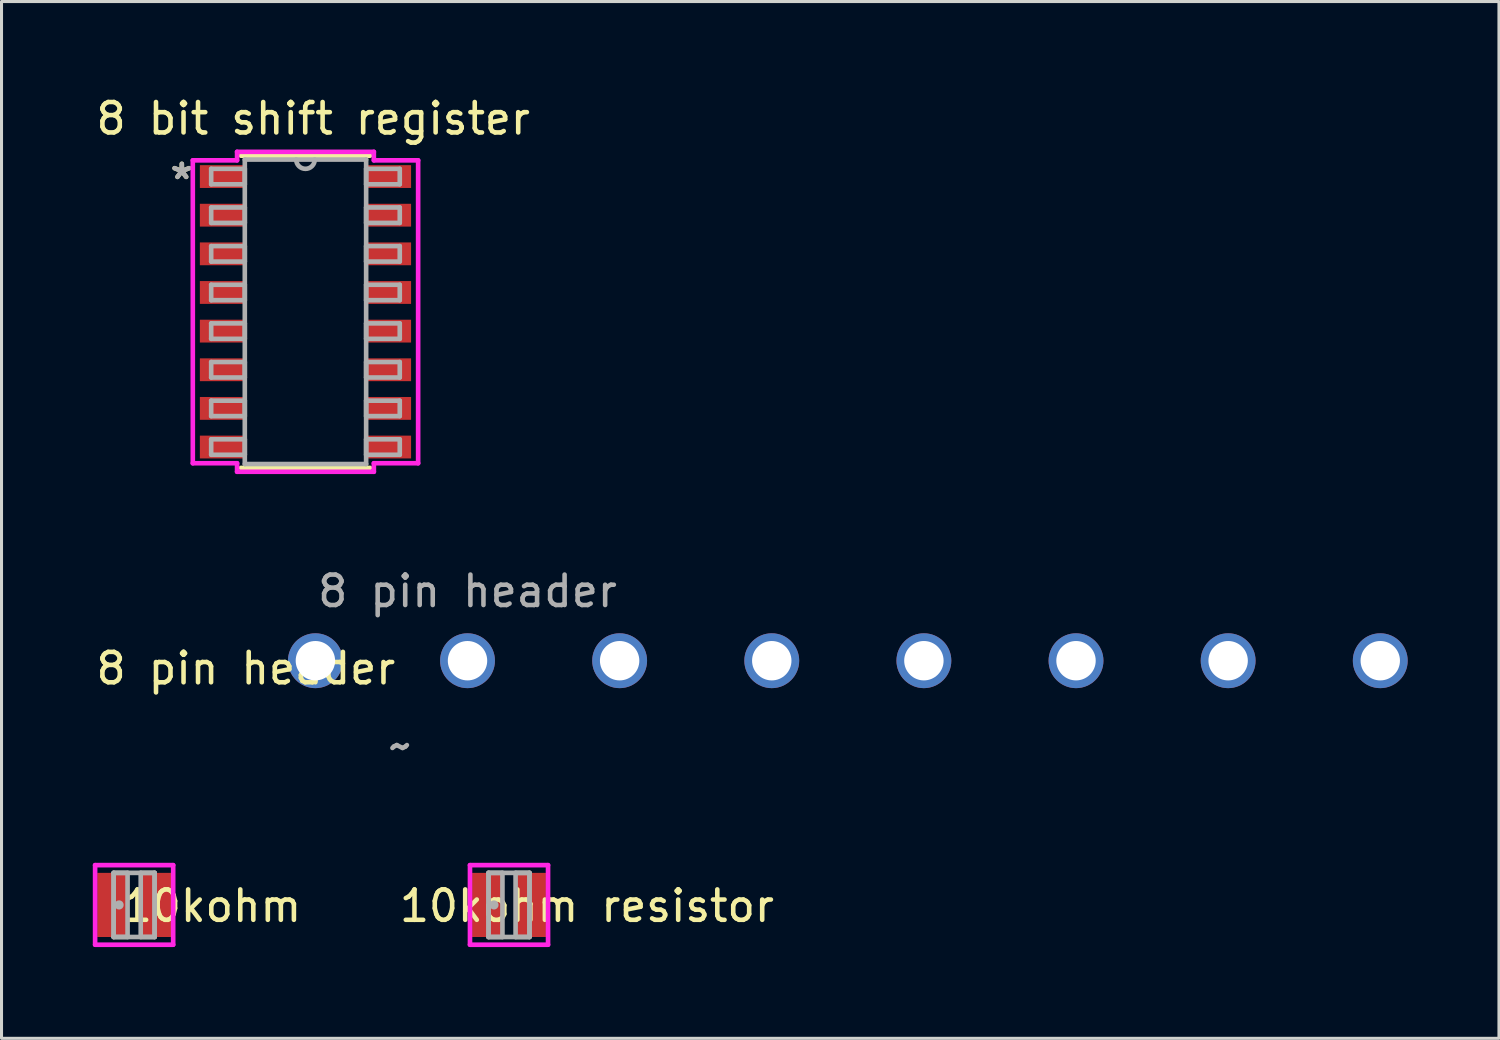
<source format=kicad_pcb>
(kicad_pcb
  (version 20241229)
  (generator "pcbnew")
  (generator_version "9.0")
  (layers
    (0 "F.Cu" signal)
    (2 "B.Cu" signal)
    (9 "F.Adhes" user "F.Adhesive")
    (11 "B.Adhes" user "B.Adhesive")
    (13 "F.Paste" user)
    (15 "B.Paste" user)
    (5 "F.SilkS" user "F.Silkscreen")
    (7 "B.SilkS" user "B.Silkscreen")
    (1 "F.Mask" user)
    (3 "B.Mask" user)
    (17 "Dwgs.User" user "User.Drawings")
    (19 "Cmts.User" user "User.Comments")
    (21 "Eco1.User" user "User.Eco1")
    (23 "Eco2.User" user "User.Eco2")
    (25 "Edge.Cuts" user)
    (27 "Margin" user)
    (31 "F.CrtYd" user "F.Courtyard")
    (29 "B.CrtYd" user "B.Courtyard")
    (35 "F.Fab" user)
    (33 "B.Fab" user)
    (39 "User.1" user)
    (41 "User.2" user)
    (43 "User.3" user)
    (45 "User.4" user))
  (footprint "10kohm resistor"
    (layer "F.Cu")
    (at 13.68 26.693)
    (property "Reference" "10kohm resistor" (at 2.56 0.034 0) (layer "F.SilkS") (effects (font (size 1 1) (thickness 0.15))))
    (attr through_hole)
    (fp_line (start -1.283 -1.308) (end 1.283 -1.308) (stroke (width 0.152) (type solid)) (layer "F.CrtYd"))
    (fp_line (start -1.283 1.308) (end -1.283 -1.308) (stroke (width 0.152) (type solid)) (layer "F.CrtYd"))
    (fp_line (start 1.283 -1.308) (end 1.283 1.308) (stroke (width 0.152) (type solid)) (layer "F.CrtYd"))
    (fp_line (start 1.283 1.308) (end -1.283 1.308) (stroke (width 0.152) (type solid)) (layer "F.CrtYd"))
    (fp_line (start -0.673 -1.054) (end -0.673 1.054) (stroke (width 0.152) (type solid)) (layer "F.Fab"))
    (fp_line (start -0.673 -1.054) (end -0.673 1.054) (stroke (width 0.152) (type solid)) (layer "F.Fab"))
    (fp_line (start -0.673 1.054) (end -0.216 1.054) (stroke (width 0.152) (type solid)) (layer "F.Fab"))
    (fp_line (start -0.673 1.054) (end 0.673 1.054) (stroke (width 0.152) (type solid)) (layer "F.Fab"))
    (fp_line (start -0.216 -1.054) (end -0.673 -1.054) (stroke (width 0.152) (type solid)) (layer "F.Fab"))
    (fp_line (start -0.216 1.054) (end -0.216 -1.054) (stroke (width 0.152) (type solid)) (layer "F.Fab"))
    (fp_line (start 0.216 -1.054) (end 0.216 1.054) (stroke (width 0.152) (type solid)) (layer "F.Fab"))
    (fp_line (start 0.216 1.054) (end 0.673 1.054) (stroke (width 0.152) (type solid)) (layer "F.Fab"))
    (fp_line (start 0.673 -1.054) (end -0.673 -1.054) (stroke (width 0.152) (type solid)) (layer "F.Fab"))
    (fp_line (start 0.673 -1.054) (end 0.216 -1.054) (stroke (width 0.152) (type solid)) (layer "F.Fab"))
    (fp_line (start 0.673 1.054) (end 0.673 -1.054) (stroke (width 0.152) (type solid)) (layer "F.Fab"))
    (fp_line (start 0.673 1.054) (end 0.673 -1.054) (stroke (width 0.152) (type solid)) (layer "F.Fab"))
    (fp_circle (center -0.495 0) (end -0.419 0) (stroke (width 0.152) (type solid)) (fill no) (layer "F.Fab"))
    (pad "1" smd rect (at -0.714 0) (size 1 2.108) (layers "F.Cu" "F.Mask" "F.Paste"))
    (pad "2" smd rect (at 0.714 0) (size 1 2.108) (layers "F.Cu" "F.Mask" "F.Paste")))
  (footprint "10kohm"
    (layer "F.Cu")
    (at 1.359 26.693)
    (property "Reference" "10kohm" (at 2.56 0.034 0) (layer "F.SilkS") (effects (font (size 1 1) (thickness 0.15))))
    (attr through_hole)
    (fp_line (start -1.283 -1.308) (end 1.283 -1.308) (stroke (width 0.152) (type solid)) (layer "F.CrtYd"))
    (fp_line (start -1.283 1.308) (end -1.283 -1.308) (stroke (width 0.152) (type solid)) (layer "F.CrtYd"))
    (fp_line (start 1.283 -1.308) (end 1.283 1.308) (stroke (width 0.152) (type solid)) (layer "F.CrtYd"))
    (fp_line (start 1.283 1.308) (end -1.283 1.308) (stroke (width 0.152) (type solid)) (layer "F.CrtYd"))
    (fp_line (start -0.673 -1.054) (end -0.673 1.054) (stroke (width 0.152) (type solid)) (layer "F.Fab"))
    (fp_line (start -0.673 -1.054) (end -0.673 1.054) (stroke (width 0.152) (type solid)) (layer "F.Fab"))
    (fp_line (start -0.673 1.054) (end -0.216 1.054) (stroke (width 0.152) (type solid)) (layer "F.Fab"))
    (fp_line (start -0.673 1.054) (end 0.673 1.054) (stroke (width 0.152) (type solid)) (layer "F.Fab"))
    (fp_line (start -0.216 -1.054) (end -0.673 -1.054) (stroke (width 0.152) (type solid)) (layer "F.Fab"))
    (fp_line (start -0.216 1.054) (end -0.216 -1.054) (stroke (width 0.152) (type solid)) (layer "F.Fab"))
    (fp_line (start 0.216 -1.054) (end 0.216 1.054) (stroke (width 0.152) (type solid)) (layer "F.Fab"))
    (fp_line (start 0.216 1.054) (end 0.673 1.054) (stroke (width 0.152) (type solid)) (layer "F.Fab"))
    (fp_line (start 0.673 -1.054) (end -0.673 -1.054) (stroke (width 0.152) (type solid)) (layer "F.Fab"))
    (fp_line (start 0.673 -1.054) (end 0.216 -1.054) (stroke (width 0.152) (type solid)) (layer "F.Fab"))
    (fp_line (start 0.673 1.054) (end 0.673 -1.054) (stroke (width 0.152) (type solid)) (layer "F.Fab"))
    (fp_line (start 0.673 1.054) (end 0.673 -1.054) (stroke (width 0.152) (type solid)) (layer "F.Fab"))
    (fp_circle (center -0.495 0) (end -0.419 0) (stroke (width 0.152) (type solid)) (fill no) (layer "F.Fab"))
    (pad "1" smd rect (at -0.714 0) (size 1 2.108) (layers "F.Cu" "F.Mask" "F.Paste"))
    (pad "2" smd rect (at 0.714 0) (size 1 2.108) (layers "F.Cu" "F.Mask" "F.Paste")))
  (footprint "8 pin header"
    (layer "F.Cu")
    (at 7.316 18.666)
    (property "Reference" "8 pin header" (at -2.286 0.254 0) (unlocked yes) (layer "F.SilkS") (effects (font (size 1 1) (thickness 0.15))))
    (property "Value" "~" (at 5 0 0) (unlocked yes) (layer "F.Fab") (hide yes) (effects (font (size 1 1) (thickness 0.15))))
    (attr through_hole)
    (fp_text user "${VALUE}" (at 2.794 2.794 0) (unlocked yes) (layer "F.Fab") (effects (font (size 1 1) (thickness 0.15))))
    (fp_text user "${REFERENCE}" (at 5 -2.286 0) (unlocked yes) (layer "F.Fab") (effects (font (size 1 1) (thickness 0.15))))
    (pad "1" thru_hole circle (at 0 0) (size 1.803 1.803) (drill 1.295) (layers "*.Cu" "*.Mask"))
    (pad "2" thru_hole circle (at 5 0) (size 1.803 1.803) (drill 1.295) (layers "*.Cu" "*.Mask"))
    (pad "3" thru_hole circle (at 10 0) (size 1.803 1.803) (drill 1.295) (layers "*.Cu" "*.Mask"))
    (pad "4" thru_hole circle (at 15 0) (size 1.803 1.803) (drill 1.295) (layers "*.Cu" "*.Mask"))
    (pad "5" thru_hole circle (at 20 0) (size 1.803 1.803) (drill 1.295) (layers "*.Cu" "*.Mask"))
    (pad "6" thru_hole circle (at 25 0) (size 1.803 1.803) (drill 1.295) (layers "*.Cu" "*.Mask"))
    (pad "7" thru_hole circle (at 30 0) (size 1.803 1.803) (drill 1.295) (layers "*.Cu" "*.Mask"))
    (pad "8" thru_hole circle (at 35 0) (size 1.803 1.803) (drill 1.295) (layers "*.Cu" "*.Mask")))
  (footprint "8 bit shift register"
    (layer "F.Cu")
    (at 6.99 7.198)
    (property "Reference" "8 bit shift register" (at 0.254 -6.35 0) (layer "F.SilkS") (effects (font (size 1 1) (thickness 0.15))))
    (attr through_hole)
    (fp_line (start -2.121 5.131) (end 2.121 5.131) (stroke (width 0.152) (type solid)) (layer "F.SilkS"))
    (fp_line (start 2.121 -5.131) (end -2.121 -5.131) (stroke (width 0.152) (type solid)) (layer "F.SilkS"))
    (fp_line (start -3.703 -4.978) (end -2.248 -4.978) (stroke (width 0.152) (type solid)) (layer "F.CrtYd"))
    (fp_line (start -3.703 4.978) (end -3.703 -4.978) (stroke (width 0.152) (type solid)) (layer "F.CrtYd"))
    (fp_line (start -3.703 4.978) (end -2.248 4.978) (stroke (width 0.152) (type solid)) (layer "F.CrtYd"))
    (fp_line (start -2.248 -5.258) (end 2.248 -5.258) (stroke (width 0.152) (type solid)) (layer "F.CrtYd"))
    (fp_line (start -2.248 -4.978) (end -2.248 -5.258) (stroke (width 0.152) (type solid)) (layer "F.CrtYd"))
    (fp_line (start -2.248 5.258) (end -2.248 4.978) (stroke (width 0.152) (type solid)) (layer "F.CrtYd"))
    (fp_line (start 2.248 -5.258) (end 2.248 -4.978) (stroke (width 0.152) (type solid)) (layer "F.CrtYd"))
    (fp_line (start 2.248 4.978) (end 2.248 5.258) (stroke (width 0.152) (type solid)) (layer "F.CrtYd"))
    (fp_line (start 2.248 5.258) (end -2.248 5.258) (stroke (width 0.152) (type solid)) (layer "F.CrtYd"))
    (fp_line (start 3.703 -4.978) (end 2.248 -4.978) (stroke (width 0.152) (type solid)) (layer "F.CrtYd"))
    (fp_line (start 3.703 -4.978) (end 3.703 4.978) (stroke (width 0.152) (type solid)) (layer "F.CrtYd"))
    (fp_line (start 3.703 4.978) (end 2.248 4.978) (stroke (width 0.152) (type solid)) (layer "F.CrtYd"))
    (fp_line (start -3.099 -4.699) (end -3.099 -4.191) (stroke (width 0.152) (type solid)) (layer "F.Fab"))
    (fp_line (start -3.099 -4.191) (end -1.994 -4.191) (stroke (width 0.152) (type solid)) (layer "F.Fab"))
    (fp_line (start -3.099 -3.429) (end -3.099 -2.921) (stroke (width 0.152) (type solid)) (layer "F.Fab"))
    (fp_line (start -3.099 -2.921) (end -1.994 -2.921) (stroke (width 0.152) (type solid)) (layer "F.Fab"))
    (fp_line (start -3.099 -2.159) (end -3.099 -1.651) (stroke (width 0.152) (type solid)) (layer "F.Fab"))
    (fp_line (start -3.099 -1.651) (end -1.994 -1.651) (stroke (width 0.152) (type solid)) (layer "F.Fab"))
    (fp_line (start -3.099 -0.889) (end -3.099 -0.381) (stroke (width 0.152) (type solid)) (layer "F.Fab"))
    (fp_line (start -3.099 -0.381) (end -1.994 -0.381) (stroke (width 0.152) (type solid)) (layer "F.Fab"))
    (fp_line (start -3.099 0.381) (end -3.099 0.889) (stroke (width 0.152) (type solid)) (layer "F.Fab"))
    (fp_line (start -3.099 0.889) (end -1.994 0.889) (stroke (width 0.152) (type solid)) (layer "F.Fab"))
    (fp_line (start -3.099 1.651) (end -3.099 2.159) (stroke (width 0.152) (type solid)) (layer "F.Fab"))
    (fp_line (start -3.099 2.159) (end -1.994 2.159) (stroke (width 0.152) (type solid)) (layer "F.Fab"))
    (fp_line (start -3.099 2.921) (end -3.099 3.429) (stroke (width 0.152) (type solid)) (layer "F.Fab"))
    (fp_line (start -3.099 3.429) (end -1.994 3.429) (stroke (width 0.152) (type solid)) (layer "F.Fab"))
    (fp_line (start -3.099 4.191) (end -3.099 4.699) (stroke (width 0.152) (type solid)) (layer "F.Fab"))
    (fp_line (start -3.099 4.699) (end -1.994 4.699) (stroke (width 0.152) (type solid)) (layer "F.Fab"))
    (fp_line (start -1.994 -5.004) (end -1.994 5.004) (stroke (width 0.152) (type solid)) (layer "F.Fab"))
    (fp_line (start -1.994 -4.699) (end -3.099 -4.699) (stroke (width 0.152) (type solid)) (layer "F.Fab"))
    (fp_line (start -1.994 -4.191) (end -1.994 -4.699) (stroke (width 0.152) (type solid)) (layer "F.Fab"))
    (fp_line (start -1.994 -3.429) (end -3.099 -3.429) (stroke (width 0.152) (type solid)) (layer "F.Fab"))
    (fp_line (start -1.994 -2.921) (end -1.994 -3.429) (stroke (width 0.152) (type solid)) (layer "F.Fab"))
    (fp_line (start -1.994 -2.159) (end -3.099 -2.159) (stroke (width 0.152) (type solid)) (layer "F.Fab"))
    (fp_line (start -1.994 -1.651) (end -1.994 -2.159) (stroke (width 0.152) (type solid)) (layer "F.Fab"))
    (fp_line (start -1.994 -0.889) (end -3.099 -0.889) (stroke (width 0.152) (type solid)) (layer "F.Fab"))
    (fp_line (start -1.994 -0.381) (end -1.994 -0.889) (stroke (width 0.152) (type solid)) (layer "F.Fab"))
    (fp_line (start -1.994 0.381) (end -3.099 0.381) (stroke (width 0.152) (type solid)) (layer "F.Fab"))
    (fp_line (start -1.994 0.889) (end -1.994 0.381) (stroke (width 0.152) (type solid)) (layer "F.Fab"))
    (fp_line (start -1.994 1.651) (end -3.099 1.651) (stroke (width 0.152) (type solid)) (layer "F.Fab"))
    (fp_line (start -1.994 2.159) (end -1.994 1.651) (stroke (width 0.152) (type solid)) (layer "F.Fab"))
    (fp_line (start -1.994 2.921) (end -3.099 2.921) (stroke (width 0.152) (type solid)) (layer "F.Fab"))
    (fp_line (start -1.994 3.429) (end -1.994 2.921) (stroke (width 0.152) (type solid)) (layer "F.Fab"))
    (fp_line (start -1.994 4.191) (end -3.099 4.191) (stroke (width 0.152) (type solid)) (layer "F.Fab"))
    (fp_line (start -1.994 4.699) (end -1.994 4.191) (stroke (width 0.152) (type solid)) (layer "F.Fab"))
    (fp_line (start -1.994 5.004) (end 1.994 5.004) (stroke (width 0.152) (type solid)) (layer "F.Fab"))
    (fp_line (start 1.994 -5.004) (end -1.994 -5.004) (stroke (width 0.152) (type solid)) (layer "F.Fab"))
    (fp_line (start 1.994 -4.699) (end 1.994 -4.191) (stroke (width 0.152) (type solid)) (layer "F.Fab"))
    (fp_line (start 1.994 -4.191) (end 3.099 -4.191) (stroke (width 0.152) (type solid)) (layer "F.Fab"))
    (fp_line (start 1.994 -3.429) (end 1.994 -2.921) (stroke (width 0.152) (type solid)) (layer "F.Fab"))
    (fp_line (start 1.994 -2.921) (end 3.099 -2.921) (stroke (width 0.152) (type solid)) (layer "F.Fab"))
    (fp_line (start 1.994 -2.159) (end 1.994 -1.651) (stroke (width 0.152) (type solid)) (layer "F.Fab"))
    (fp_line (start 1.994 -1.651) (end 3.099 -1.651) (stroke (width 0.152) (type solid)) (layer "F.Fab"))
    (fp_line (start 1.994 -0.889) (end 1.994 -0.381) (stroke (width 0.152) (type solid)) (layer "F.Fab"))
    (fp_line (start 1.994 -0.381) (end 3.099 -0.381) (stroke (width 0.152) (type solid)) (layer "F.Fab"))
    (fp_line (start 1.994 0.381) (end 1.994 0.889) (stroke (width 0.152) (type solid)) (layer "F.Fab"))
    (fp_line (start 1.994 0.889) (end 3.099 0.889) (stroke (width 0.152) (type solid)) (layer "F.Fab"))
    (fp_line (start 1.994 1.651) (end 1.994 2.159) (stroke (width 0.152) (type solid)) (layer "F.Fab"))
    (fp_line (start 1.994 2.159) (end 3.099 2.159) (stroke (width 0.152) (type solid)) (layer "F.Fab"))
    (fp_line (start 1.994 2.921) (end 1.994 3.429) (stroke (width 0.152) (type solid)) (layer "F.Fab"))
    (fp_line (start 1.994 3.429) (end 3.099 3.429) (stroke (width 0.152) (type solid)) (layer "F.Fab"))
    (fp_line (start 1.994 4.191) (end 1.994 4.699) (stroke (width 0.152) (type solid)) (layer "F.Fab"))
    (fp_line (start 1.994 4.699) (end 3.099 4.699) (stroke (width 0.152) (type solid)) (layer "F.Fab"))
    (fp_line (start 1.994 5.004) (end 1.994 -5.004) (stroke (width 0.152) (type solid)) (layer "F.Fab"))
    (fp_line (start 3.099 -4.699) (end 1.994 -4.699) (stroke (width 0.152) (type solid)) (layer "F.Fab"))
    (fp_line (start 3.099 -4.191) (end 3.099 -4.699) (stroke (width 0.152) (type solid)) (layer "F.Fab"))
    (fp_line (start 3.099 -3.429) (end 1.994 -3.429) (stroke (width 0.152) (type solid)) (layer "F.Fab"))
    (fp_line (start 3.099 -2.921) (end 3.099 -3.429) (stroke (width 0.152) (type solid)) (layer "F.Fab"))
    (fp_line (start 3.099 -2.159) (end 1.994 -2.159) (stroke (width 0.152) (type solid)) (layer "F.Fab"))
    (fp_line (start 3.099 -1.651) (end 3.099 -2.159) (stroke (width 0.152) (type solid)) (layer "F.Fab"))
    (fp_line (start 3.099 -0.889) (end 1.994 -0.889) (stroke (width 0.152) (type solid)) (layer "F.Fab"))
    (fp_line (start 3.099 -0.381) (end 3.099 -0.889) (stroke (width 0.152) (type solid)) (layer "F.Fab"))
    (fp_line (start 3.099 0.381) (end 1.994 0.381) (stroke (width 0.152) (type solid)) (layer "F.Fab"))
    (fp_line (start 3.099 0.889) (end 3.099 0.381) (stroke (width 0.152) (type solid)) (layer "F.Fab"))
    (fp_line (start 3.099 1.651) (end 1.994 1.651) (stroke (width 0.152) (type solid)) (layer "F.Fab"))
    (fp_line (start 3.099 2.159) (end 3.099 1.651) (stroke (width 0.152) (type solid)) (layer "F.Fab"))
    (fp_line (start 3.099 2.921) (end 1.994 2.921) (stroke (width 0.152) (type solid)) (layer "F.Fab"))
    (fp_line (start 3.099 3.429) (end 3.099 2.921) (stroke (width 0.152) (type solid)) (layer "F.Fab"))
    (fp_line (start 3.099 4.191) (end 1.994 4.191) (stroke (width 0.152) (type solid)) (layer "F.Fab"))
    (fp_line (start 3.099 4.699) (end 3.099 4.191) (stroke (width 0.152) (type solid)) (layer "F.Fab"))
    (fp_arc (start 0.3048 -5.0038) (mid 0 -4.699) (end -0.3048 -5.0038) (stroke (width 0.1524) (type solid)) (layer "F.Fab"))
    (fp_text user "*" (at -4.064 -4.318 0) (layer "F.SilkS") (effects (font (size 1 1) (thickness 0.15))))
    (fp_text user "*" (at -4.064 -4.318 0) (layer "F.Fab") (effects (font (size 1 1) (thickness 0.15))))
    (pad "1" smd rect (at -2.721 -4.445) (size 1.5 0.75) (layers "F.Cu" "F.Mask" "F.Paste"))
    (pad "2" smd rect (at -2.721 -3.175) (size 1.5 0.75) (layers "F.Cu" "F.Mask" "F.Paste"))
    (pad "3" smd rect (at -2.721 -1.905) (size 1.5 0.75) (layers "F.Cu" "F.Mask" "F.Paste"))
    (pad "4" smd rect (at -2.721 -0.635) (size 1.5 0.75) (layers "F.Cu" "F.Mask" "F.Paste"))
    (pad "5" smd rect (at -2.721 0.635) (size 1.5 0.75) (layers "F.Cu" "F.Mask" "F.Paste"))
    (pad "6" smd rect (at -2.721 1.905) (size 1.5 0.75) (layers "F.Cu" "F.Mask" "F.Paste"))
    (pad "7" smd rect (at -2.721 3.175) (size 1.5 0.75) (layers "F.Cu" "F.Mask" "F.Paste"))
    (pad "8" smd rect (at -2.721 4.445) (size 1.5 0.75) (layers "F.Cu" "F.Mask" "F.Paste"))
    (pad "9" smd rect (at 2.721 4.445) (size 1.5 0.75) (layers "F.Cu" "F.Mask" "F.Paste"))
    (pad "10" smd rect (at 2.721 3.175) (size 1.5 0.75) (layers "F.Cu" "F.Mask" "F.Paste"))
    (pad "11" smd rect (at 2.721 1.905) (size 1.5 0.75) (layers "F.Cu" "F.Mask" "F.Paste"))
    (pad "12" smd rect (at 2.721 0.635) (size 1.5 0.75) (layers "F.Cu" "F.Mask" "F.Paste"))
    (pad "13" smd rect (at 2.721 -0.635) (size 1.5 0.75) (layers "F.Cu" "F.Mask" "F.Paste"))
    (pad "14" smd rect (at 2.721 -1.905) (size 1.5 0.75) (layers "F.Cu" "F.Mask" "F.Paste"))
    (pad "15" smd rect (at 2.721 -3.175) (size 1.5 0.75) (layers "F.Cu" "F.Mask" "F.Paste"))
    (pad "16" smd rect (at 2.721 -4.445) (size 1.5 0.75) (layers "F.Cu" "F.Mask" "F.Paste")))
  (gr_rect
    (start -3 -3)
    (end 46.217 31.077)
    (stroke (width 0.1) (type default))
    (fill no)
    (layer "Edge.Cuts")))
</source>
